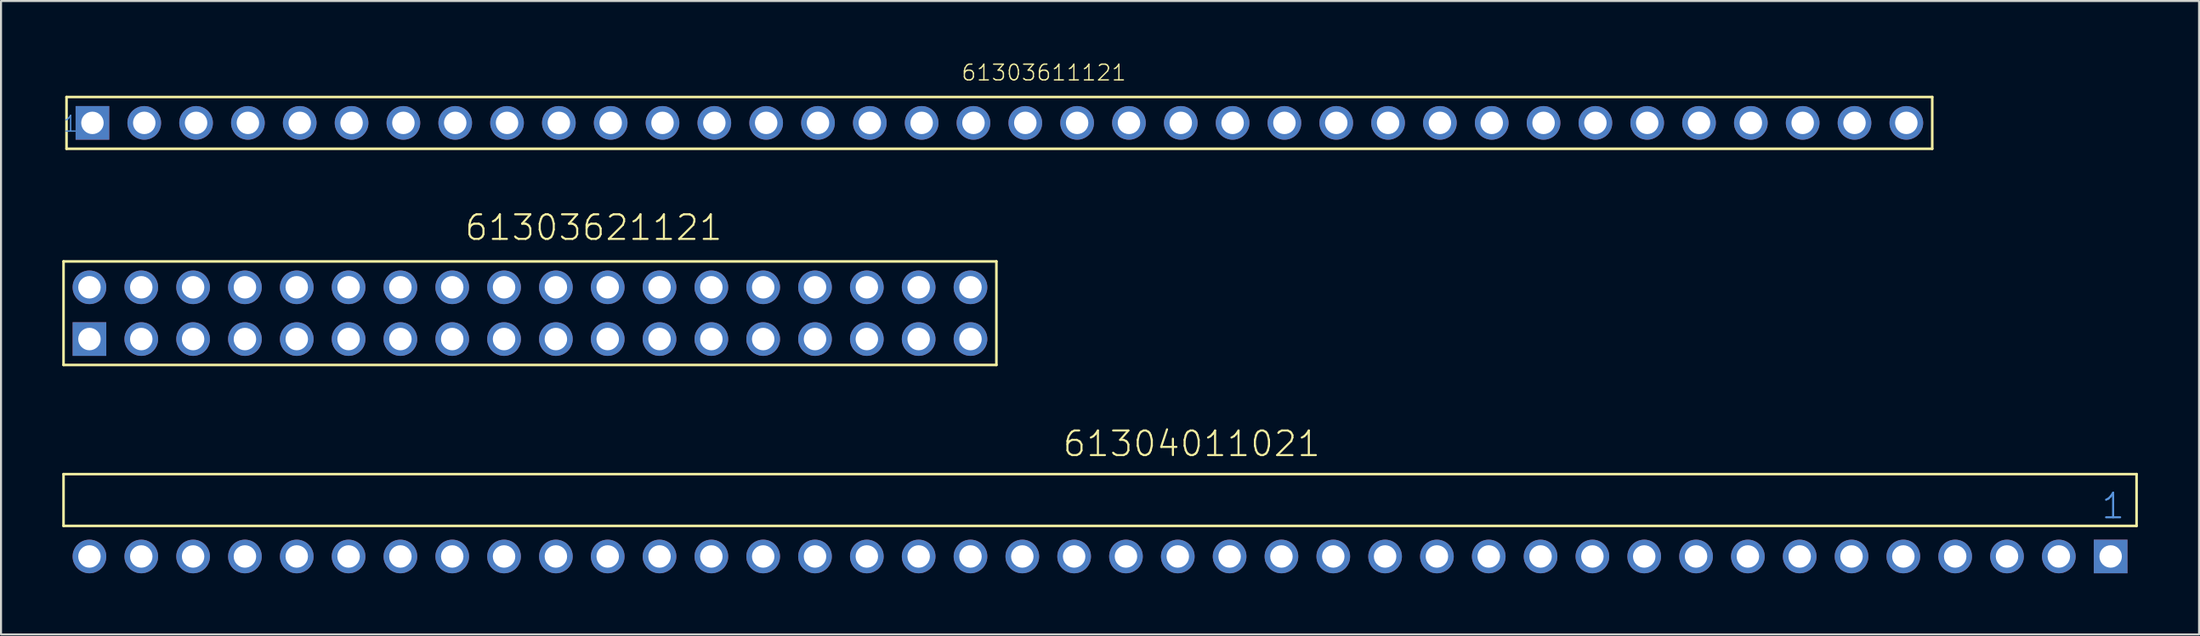
<source format=kicad_pcb>
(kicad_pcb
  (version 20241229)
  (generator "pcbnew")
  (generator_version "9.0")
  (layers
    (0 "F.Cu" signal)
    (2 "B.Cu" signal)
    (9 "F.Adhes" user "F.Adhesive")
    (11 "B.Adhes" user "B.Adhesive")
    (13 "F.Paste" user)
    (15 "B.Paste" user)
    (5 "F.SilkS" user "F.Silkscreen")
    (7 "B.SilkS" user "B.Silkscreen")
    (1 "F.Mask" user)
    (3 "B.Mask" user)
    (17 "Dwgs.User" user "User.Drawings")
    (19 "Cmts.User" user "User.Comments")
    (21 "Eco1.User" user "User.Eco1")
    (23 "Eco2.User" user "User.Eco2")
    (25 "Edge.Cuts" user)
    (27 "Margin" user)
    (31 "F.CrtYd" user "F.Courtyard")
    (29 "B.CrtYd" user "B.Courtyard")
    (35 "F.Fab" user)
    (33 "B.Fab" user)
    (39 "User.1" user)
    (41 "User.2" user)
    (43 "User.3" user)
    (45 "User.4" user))
  (footprint "61304011021"
    (layer "F.Cu")
    (at 50.864 24.253)
    (property "Reference" "61304011021" (at -1.895 -4.822 0) (layer "F.SilkS") (effects (font (size 1.206 1.206) (thickness 0.102)) (justify left bottom)))
    (attr through_hole)
    (fp_line (start -50.8 -4.04) (end 50.8 -4.04) (stroke (width 0.127) (type solid)) (layer "F.SilkS"))
    (fp_line (start -50.8 -1.5) (end -50.8 -4.04) (stroke (width 0.127) (type solid)) (layer "F.SilkS"))
    (fp_line (start 50.8 -4.04) (end 50.8 -1.5) (stroke (width 0.127) (type solid)) (layer "F.SilkS"))
    (fp_line (start 50.8 -1.5) (end -50.8 -1.5) (stroke (width 0.127) (type solid)) (layer "F.SilkS"))
    (fp_text user "1" (at 49.01 -1.77 0) (layer "Cmts.User") (effects (font (size 1.206 1.206) (thickness 0.102)) (justify left bottom)))
    (pad "1" thru_hole rect (at 49.53 0) (size 1.65 1.65) (drill 1.1) (layers "*.Cu" "*.Mask"))
    (pad "2" thru_hole circle (at 46.99 0) (size 1.65 1.65) (drill 1.1) (layers "*.Cu" "*.Mask"))
    (pad "3" thru_hole circle (at 44.45 0) (size 1.65 1.65) (drill 1.1) (layers "*.Cu" "*.Mask"))
    (pad "4" thru_hole circle (at 41.91 0) (size 1.65 1.65) (drill 1.1) (layers "*.Cu" "*.Mask"))
    (pad "5" thru_hole circle (at 39.37 0) (size 1.65 1.65) (drill 1.1) (layers "*.Cu" "*.Mask"))
    (pad "6" thru_hole circle (at 36.83 0) (size 1.65 1.65) (drill 1.1) (layers "*.Cu" "*.Mask"))
    (pad "7" thru_hole circle (at 34.29 0) (size 1.65 1.65) (drill 1.1) (layers "*.Cu" "*.Mask"))
    (pad "8" thru_hole circle (at 31.75 0) (size 1.65 1.65) (drill 1.1) (layers "*.Cu" "*.Mask"))
    (pad "9" thru_hole circle (at 29.21 0) (size 1.65 1.65) (drill 1.1) (layers "*.Cu" "*.Mask"))
    (pad "10" thru_hole circle (at 26.67 0) (size 1.65 1.65) (drill 1.1) (layers "*.Cu" "*.Mask"))
    (pad "11" thru_hole circle (at 24.13 0) (size 1.65 1.65) (drill 1.1) (layers "*.Cu" "*.Mask"))
    (pad "12" thru_hole circle (at 21.59 0) (size 1.65 1.65) (drill 1.1) (layers "*.Cu" "*.Mask"))
    (pad "13" thru_hole circle (at 19.05 0) (size 1.65 1.65) (drill 1.1) (layers "*.Cu" "*.Mask"))
    (pad "14" thru_hole circle (at 16.51 0) (size 1.65 1.65) (drill 1.1) (layers "*.Cu" "*.Mask"))
    (pad "15" thru_hole circle (at 13.97 0) (size 1.65 1.65) (drill 1.1) (layers "*.Cu" "*.Mask"))
    (pad "16" thru_hole circle (at 11.43 0) (size 1.65 1.65) (drill 1.1) (layers "*.Cu" "*.Mask"))
    (pad "17" thru_hole circle (at 8.89 0) (size 1.65 1.65) (drill 1.1) (layers "*.Cu" "*.Mask"))
    (pad "18" thru_hole circle (at 6.35 0) (size 1.65 1.65) (drill 1.1) (layers "*.Cu" "*.Mask"))
    (pad "19" thru_hole circle (at 3.81 0) (size 1.65 1.65) (drill 1.1) (layers "*.Cu" "*.Mask"))
    (pad "20" thru_hole circle (at 1.27 0) (size 1.65 1.65) (drill 1.1) (layers "*.Cu" "*.Mask"))
    (pad "21" thru_hole circle (at -1.27 0) (size 1.65 1.65) (drill 1.1) (layers "*.Cu" "*.Mask"))
    (pad "22" thru_hole circle (at -3.81 0) (size 1.65 1.65) (drill 1.1) (layers "*.Cu" "*.Mask"))
    (pad "23" thru_hole circle (at -6.35 0) (size 1.65 1.65) (drill 1.1) (layers "*.Cu" "*.Mask"))
    (pad "24" thru_hole circle (at -8.89 0) (size 1.65 1.65) (drill 1.1) (layers "*.Cu" "*.Mask"))
    (pad "25" thru_hole circle (at -11.43 0) (size 1.65 1.65) (drill 1.1) (layers "*.Cu" "*.Mask"))
    (pad "26" thru_hole circle (at -13.97 0) (size 1.65 1.65) (drill 1.1) (layers "*.Cu" "*.Mask"))
    (pad "27" thru_hole circle (at -16.51 0) (size 1.65 1.65) (drill 1.1) (layers "*.Cu" "*.Mask"))
    (pad "28" thru_hole circle (at -19.05 0) (size 1.65 1.65) (drill 1.1) (layers "*.Cu" "*.Mask"))
    (pad "29" thru_hole circle (at -21.59 0) (size 1.65 1.65) (drill 1.1) (layers "*.Cu" "*.Mask"))
    (pad "30" thru_hole circle (at -24.13 0) (size 1.65 1.65) (drill 1.1) (layers "*.Cu" "*.Mask"))
    (pad "31" thru_hole circle (at -26.67 0) (size 1.65 1.65) (drill 1.1) (layers "*.Cu" "*.Mask"))
    (pad "32" thru_hole circle (at -29.21 0) (size 1.65 1.65) (drill 1.1) (layers "*.Cu" "*.Mask"))
    (pad "33" thru_hole circle (at -31.75 0) (size 1.65 1.65) (drill 1.1) (layers "*.Cu" "*.Mask"))
    (pad "34" thru_hole circle (at -34.29 0) (size 1.65 1.65) (drill 1.1) (layers "*.Cu" "*.Mask"))
    (pad "35" thru_hole circle (at -36.83 0) (size 1.65 1.65) (drill 1.1) (layers "*.Cu" "*.Mask"))
    (pad "36" thru_hole circle (at -39.37 0) (size 1.65 1.65) (drill 1.1) (layers "*.Cu" "*.Mask"))
    (pad "37" thru_hole circle (at -41.91 0) (size 1.65 1.65) (drill 1.1) (layers "*.Cu" "*.Mask"))
    (pad "38" thru_hole circle (at -44.45 0) (size 1.65 1.65) (drill 1.1) (layers "*.Cu" "*.Mask"))
    (pad "39" thru_hole circle (at -46.99 0) (size 1.65 1.65) (drill 1.1) (layers "*.Cu" "*.Mask"))
    (pad "40" thru_hole circle (at -49.53 0) (size 1.65 1.65) (drill 1.1) (layers "*.Cu" "*.Mask")))
  (footprint "61303611121"
    (layer "F.Cu")
    (at 45.93 2.979)
    (property "Reference" "61303611121" (at -1.905 -2.012 0) (layer "F.SilkS") (effects (font (size 0.772 0.772) (thickness 0.065)) (justify left bottom)))
    (attr through_hole)
    (fp_line (start -45.72 -1.27) (end -45.72 1.27) (stroke (width 0.127) (type solid)) (layer "F.SilkS"))
    (fp_line (start -45.72 1.27) (end 45.72 1.27) (stroke (width 0.127) (type solid)) (layer "F.SilkS"))
    (fp_line (start 45.72 -1.27) (end -45.72 -1.27) (stroke (width 0.127) (type solid)) (layer "F.SilkS"))
    (fp_line (start 45.72 1.27) (end 45.72 -1.27) (stroke (width 0.127) (type solid)) (layer "F.SilkS"))
    (fp_text user "1" (at -45.93 0.5 0) (layer "Cmts.User") (effects (font (size 0.772 0.772) (thickness 0.065)) (justify left bottom)))
    (pad "1" thru_hole rect (at -44.45 0) (size 1.65 1.65) (drill 1.1) (layers "*.Cu" "*.Mask"))
    (pad "2" thru_hole circle (at -41.91 0) (size 1.65 1.65) (drill 1.1) (layers "*.Cu" "*.Mask"))
    (pad "3" thru_hole circle (at -39.37 0) (size 1.65 1.65) (drill 1.1) (layers "*.Cu" "*.Mask"))
    (pad "4" thru_hole circle (at -36.83 0) (size 1.65 1.65) (drill 1.1) (layers "*.Cu" "*.Mask"))
    (pad "5" thru_hole circle (at -34.29 0) (size 1.65 1.65) (drill 1.1) (layers "*.Cu" "*.Mask"))
    (pad "6" thru_hole circle (at -31.75 0) (size 1.65 1.65) (drill 1.1) (layers "*.Cu" "*.Mask"))
    (pad "7" thru_hole circle (at -29.21 0) (size 1.65 1.65) (drill 1.1) (layers "*.Cu" "*.Mask"))
    (pad "8" thru_hole circle (at -26.67 0) (size 1.65 1.65) (drill 1.1) (layers "*.Cu" "*.Mask"))
    (pad "9" thru_hole circle (at -24.13 0) (size 1.65 1.65) (drill 1.1) (layers "*.Cu" "*.Mask"))
    (pad "10" thru_hole circle (at -21.59 0) (size 1.65 1.65) (drill 1.1) (layers "*.Cu" "*.Mask"))
    (pad "11" thru_hole circle (at -19.05 0) (size 1.65 1.65) (drill 1.1) (layers "*.Cu" "*.Mask"))
    (pad "12" thru_hole circle (at -16.51 0) (size 1.65 1.65) (drill 1.1) (layers "*.Cu" "*.Mask"))
    (pad "13" thru_hole circle (at -13.97 0) (size 1.65 1.65) (drill 1.1) (layers "*.Cu" "*.Mask"))
    (pad "14" thru_hole circle (at -11.43 0) (size 1.65 1.65) (drill 1.1) (layers "*.Cu" "*.Mask"))
    (pad "15" thru_hole circle (at -8.89 0) (size 1.65 1.65) (drill 1.1) (layers "*.Cu" "*.Mask"))
    (pad "16" thru_hole circle (at -6.35 0) (size 1.65 1.65) (drill 1.1) (layers "*.Cu" "*.Mask"))
    (pad "17" thru_hole circle (at -3.81 0) (size 1.65 1.65) (drill 1.1) (layers "*.Cu" "*.Mask"))
    (pad "18" thru_hole circle (at -1.27 0) (size 1.65 1.65) (drill 1.1) (layers "*.Cu" "*.Mask"))
    (pad "19" thru_hole circle (at 1.27 0) (size 1.65 1.65) (drill 1.1) (layers "*.Cu" "*.Mask"))
    (pad "20" thru_hole circle (at 3.81 0) (size 1.65 1.65) (drill 1.1) (layers "*.Cu" "*.Mask"))
    (pad "21" thru_hole circle (at 6.35 0) (size 1.65 1.65) (drill 1.1) (layers "*.Cu" "*.Mask"))
    (pad "22" thru_hole circle (at 8.89 0) (size 1.65 1.65) (drill 1.1) (layers "*.Cu" "*.Mask"))
    (pad "23" thru_hole circle (at 11.43 0) (size 1.65 1.65) (drill 1.1) (layers "*.Cu" "*.Mask"))
    (pad "24" thru_hole circle (at 13.97 0) (size 1.65 1.65) (drill 1.1) (layers "*.Cu" "*.Mask"))
    (pad "25" thru_hole circle (at 16.51 0) (size 1.65 1.65) (drill 1.1) (layers "*.Cu" "*.Mask"))
    (pad "26" thru_hole circle (at 19.05 0) (size 1.65 1.65) (drill 1.1) (layers "*.Cu" "*.Mask"))
    (pad "27" thru_hole circle (at 21.59 0) (size 1.65 1.65) (drill 1.1) (layers "*.Cu" "*.Mask"))
    (pad "28" thru_hole circle (at 24.13 0) (size 1.65 1.65) (drill 1.1) (layers "*.Cu" "*.Mask"))
    (pad "29" thru_hole circle (at 26.67 0) (size 1.65 1.65) (drill 1.1) (layers "*.Cu" "*.Mask"))
    (pad "30" thru_hole circle (at 29.21 0) (size 1.65 1.65) (drill 1.1) (layers "*.Cu" "*.Mask"))
    (pad "31" thru_hole circle (at 31.75 0) (size 1.65 1.65) (drill 1.1) (layers "*.Cu" "*.Mask"))
    (pad "32" thru_hole circle (at 34.29 0) (size 1.65 1.65) (drill 1.1) (layers "*.Cu" "*.Mask"))
    (pad "33" thru_hole circle (at 36.83 0) (size 1.65 1.65) (drill 1.1) (layers "*.Cu" "*.Mask"))
    (pad "34" thru_hole circle (at 39.37 0) (size 1.65 1.65) (drill 1.1) (layers "*.Cu" "*.Mask"))
    (pad "35" thru_hole circle (at 41.91 0) (size 1.65 1.65) (drill 1.1) (layers "*.Cu" "*.Mask"))
    (pad "36" thru_hole circle (at 44.45 0) (size 1.65 1.65) (drill 1.1) (layers "*.Cu" "*.Mask")))
  (footprint "61303621121"
    (layer "F.Cu")
    (at 22.924 12.316)
    (property "Reference" "61303621121" (at -3.265 -3.492 0) (layer "F.SilkS") (effects (font (size 1.206 1.206) (thickness 0.102)) (justify left bottom)))
    (attr through_hole)
    (fp_line (start -22.86 -2.54) (end 22.86 -2.54) (stroke (width 0.127) (type solid)) (layer "F.SilkS"))
    (fp_line (start -22.86 2.54) (end -22.86 -2.54) (stroke (width 0.127) (type solid)) (layer "F.SilkS"))
    (fp_line (start 22.86 -2.54) (end 22.86 2.54) (stroke (width 0.127) (type solid)) (layer "F.SilkS"))
    (fp_line (start 22.86 2.54) (end -22.86 2.54) (stroke (width 0.127) (type solid)) (layer "F.SilkS"))
    (pad "1" thru_hole rect (at -21.59 1.27 180) (size 1.65 1.65) (drill 1.1) (layers "*.Cu" "*.Mask"))
    (pad "2" thru_hole circle (at -19.05 1.27 180) (size 1.65 1.65) (drill 1.1) (layers "*.Cu" "*.Mask"))
    (pad "3" thru_hole circle (at -16.51 1.27 180) (size 1.65 1.65) (drill 1.1) (layers "*.Cu" "*.Mask"))
    (pad "4" thru_hole circle (at -13.97 1.27 180) (size 1.65 1.65) (drill 1.1) (layers "*.Cu" "*.Mask"))
    (pad "5" thru_hole circle (at -11.43 1.27 180) (size 1.65 1.65) (drill 1.1) (layers "*.Cu" "*.Mask"))
    (pad "6" thru_hole circle (at -8.89 1.27 180) (size 1.65 1.65) (drill 1.1) (layers "*.Cu" "*.Mask"))
    (pad "7" thru_hole circle (at -6.35 1.27 180) (size 1.65 1.65) (drill 1.1) (layers "*.Cu" "*.Mask"))
    (pad "8" thru_hole circle (at -3.81 1.27 180) (size 1.65 1.65) (drill 1.1) (layers "*.Cu" "*.Mask"))
    (pad "9" thru_hole circle (at -1.27 1.27 180) (size 1.65 1.65) (drill 1.1) (layers "*.Cu" "*.Mask"))
    (pad "10" thru_hole circle (at 1.27 1.27 180) (size 1.65 1.65) (drill 1.1) (layers "*.Cu" "*.Mask"))
    (pad "11" thru_hole circle (at 3.81 1.27 180) (size 1.65 1.65) (drill 1.1) (layers "*.Cu" "*.Mask"))
    (pad "12" thru_hole circle (at 6.35 1.27 180) (size 1.65 1.65) (drill 1.1) (layers "*.Cu" "*.Mask"))
    (pad "13" thru_hole circle (at 8.89 1.27 180) (size 1.65 1.65) (drill 1.1) (layers "*.Cu" "*.Mask"))
    (pad "14" thru_hole circle (at 11.43 1.27 180) (size 1.65 1.65) (drill 1.1) (layers "*.Cu" "*.Mask"))
    (pad "15" thru_hole circle (at 13.97 1.27 180) (size 1.65 1.65) (drill 1.1) (layers "*.Cu" "*.Mask"))
    (pad "16" thru_hole circle (at 16.51 1.27 180) (size 1.65 1.65) (drill 1.1) (layers "*.Cu" "*.Mask"))
    (pad "17" thru_hole circle (at 19.05 1.27 180) (size 1.65 1.65) (drill 1.1) (layers "*.Cu" "*.Mask"))
    (pad "18" thru_hole circle (at 21.59 1.27 180) (size 1.65 1.65) (drill 1.1) (layers "*.Cu" "*.Mask"))
    (pad "19" thru_hole circle (at 21.59 -1.27) (size 1.65 1.65) (drill 1.1) (layers "*.Cu" "*.Mask"))
    (pad "20" thru_hole circle (at 19.05 -1.27) (size 1.65 1.65) (drill 1.1) (layers "*.Cu" "*.Mask"))
    (pad "21" thru_hole circle (at 16.51 -1.27) (size 1.65 1.65) (drill 1.1) (layers "*.Cu" "*.Mask"))
    (pad "22" thru_hole circle (at 13.97 -1.27) (size 1.65 1.65) (drill 1.1) (layers "*.Cu" "*.Mask"))
    (pad "23" thru_hole circle (at 11.43 -1.27) (size 1.65 1.65) (drill 1.1) (layers "*.Cu" "*.Mask"))
    (pad "24" thru_hole circle (at 8.89 -1.27) (size 1.65 1.65) (drill 1.1) (layers "*.Cu" "*.Mask"))
    (pad "25" thru_hole circle (at 6.35 -1.27) (size 1.65 1.65) (drill 1.1) (layers "*.Cu" "*.Mask"))
    (pad "26" thru_hole circle (at 3.81 -1.27) (size 1.65 1.65) (drill 1.1) (layers "*.Cu" "*.Mask"))
    (pad "27" thru_hole circle (at 1.27 -1.27) (size 1.65 1.65) (drill 1.1) (layers "*.Cu" "*.Mask"))
    (pad "28" thru_hole circle (at -1.27 -1.27) (size 1.65 1.65) (drill 1.1) (layers "*.Cu" "*.Mask"))
    (pad "29" thru_hole circle (at -3.81 -1.27) (size 1.65 1.65) (drill 1.1) (layers "*.Cu" "*.Mask"))
    (pad "30" thru_hole circle (at -6.35 -1.27) (size 1.65 1.65) (drill 1.1) (layers "*.Cu" "*.Mask"))
    (pad "31" thru_hole circle (at -8.89 -1.27) (size 1.65 1.65) (drill 1.1) (layers "*.Cu" "*.Mask"))
    (pad "32" thru_hole circle (at -11.43 -1.27) (size 1.65 1.65) (drill 1.1) (layers "*.Cu" "*.Mask"))
    (pad "33" thru_hole circle (at -13.97 -1.27) (size 1.65 1.65) (drill 1.1) (layers "*.Cu" "*.Mask"))
    (pad "34" thru_hole circle (at -16.51 -1.27) (size 1.65 1.65) (drill 1.1) (layers "*.Cu" "*.Mask"))
    (pad "35" thru_hole circle (at -19.05 -1.27) (size 1.65 1.65) (drill 1.1) (layers "*.Cu" "*.Mask"))
    (pad "36" thru_hole circle (at -21.59 -1.27) (size 1.65 1.65) (drill 1.1) (layers "*.Cu" "*.Mask")))
  (gr_rect
    (start -3 -3)
    (end 104.727 28.078)
    (stroke (width 0.1) (type default))
    (fill no)
    (layer "Edge.Cuts")))
</source>
